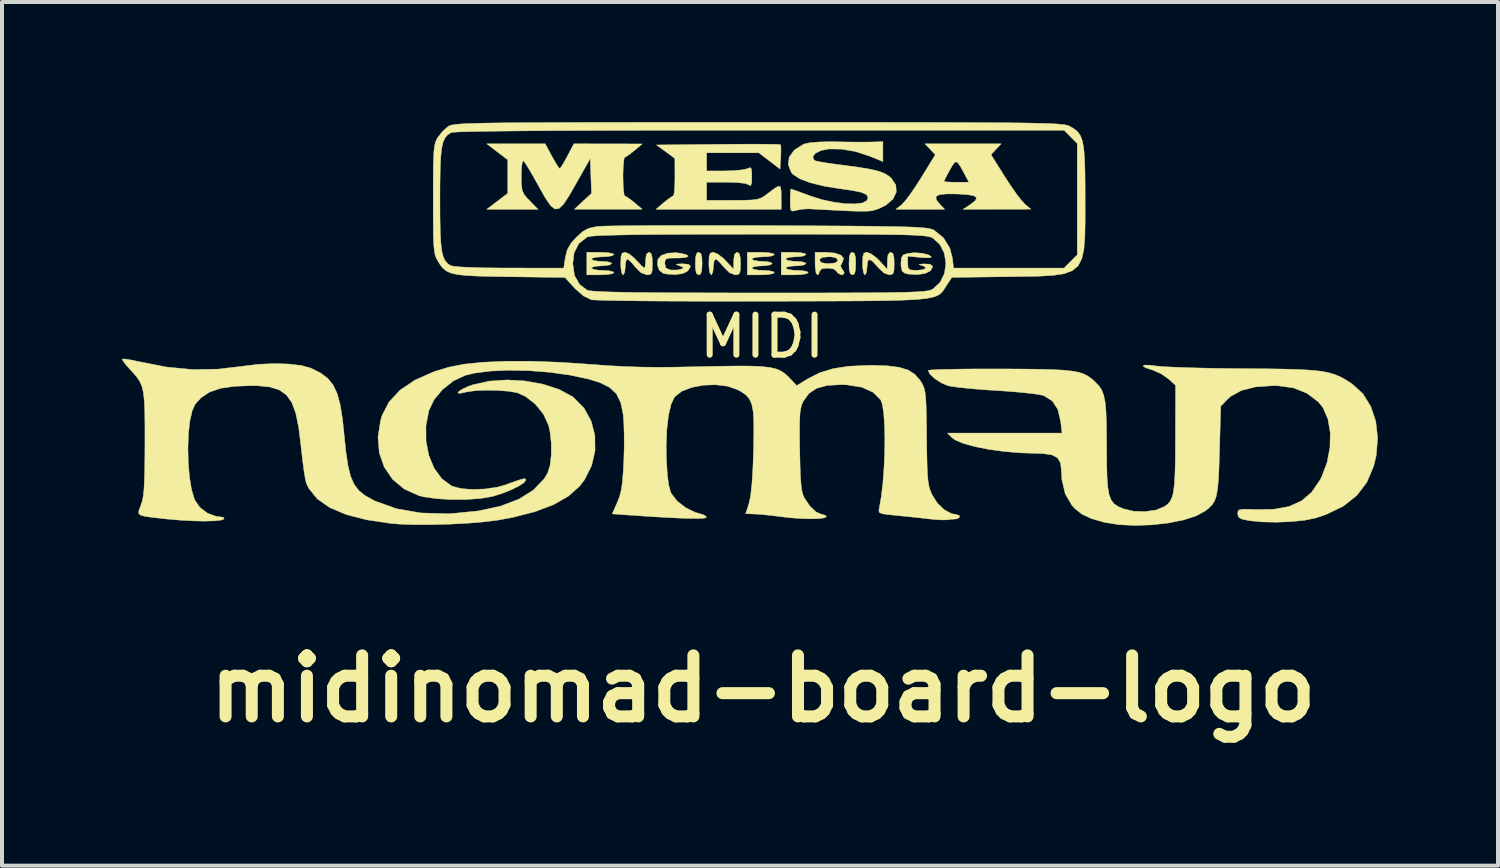
<source format=kicad_pcb>
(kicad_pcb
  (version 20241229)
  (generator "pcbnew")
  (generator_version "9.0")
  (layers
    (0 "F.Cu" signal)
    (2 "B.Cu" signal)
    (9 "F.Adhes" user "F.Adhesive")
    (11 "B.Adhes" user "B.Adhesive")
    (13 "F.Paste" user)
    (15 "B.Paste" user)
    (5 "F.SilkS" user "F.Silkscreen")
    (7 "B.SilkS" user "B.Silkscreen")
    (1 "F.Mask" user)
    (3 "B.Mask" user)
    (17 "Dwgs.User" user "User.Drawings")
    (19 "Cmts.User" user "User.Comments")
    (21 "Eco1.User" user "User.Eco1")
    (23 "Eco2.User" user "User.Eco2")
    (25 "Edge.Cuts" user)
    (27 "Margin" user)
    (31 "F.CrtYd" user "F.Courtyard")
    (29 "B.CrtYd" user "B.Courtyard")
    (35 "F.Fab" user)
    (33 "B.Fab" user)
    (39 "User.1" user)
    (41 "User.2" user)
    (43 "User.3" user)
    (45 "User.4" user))
  (footprint "midinomad-board-logo"
    (layer "F.Cu")
    (at 16.01 4.154)
    (property "Reference" "midinomad-board-logo" (at 0 10 0) (layer "F.SilkS") (effects (font (size 1.524 1.524) (thickness 0.3))))
    (attr through_hole)
    (fp_poly (pts (xy -1.555 -0.873) (xy -1.529 -0.768) (xy -1.524 -0.621) (xy -1.533 -0.443) (xy -1.564 -0.357) (xy -1.609 -0.339) (xy -1.662 -0.369) (xy -1.688 -0.473) (xy -1.693 -0.621) (xy -1.684 -0.798) (xy -1.653 -0.885) (xy -1.609 -0.903) (xy -1.555 -0.873)) (stroke (width 0.01) (type solid)) (fill yes) (layer "F.SilkS"))
    (fp_poly (pts (xy 2.283 -0.873) (xy 2.309 -0.768) (xy 2.314 -0.621) (xy 2.305 -0.443) (xy 2.274 -0.357) (xy 2.23 -0.339) (xy 2.176 -0.369) (xy 2.15 -0.473) (xy 2.145 -0.621) (xy 2.154 -0.798) (xy 2.185 -0.885) (xy 2.23 -0.903) (xy 2.283 -0.873)) (stroke (width 0.01) (type solid)) (fill yes) (layer "F.SilkS"))
    (fp_poly (pts (xy 3.242 -0.873) (xy 3.268 -0.768) (xy 3.274 -0.621) (xy 3.269 -0.453) (xy 3.245 -0.369) (xy 3.189 -0.341) (xy 3.147 -0.339) (xy 3.019 -0.387) (xy 2.878 -0.517) (xy 2.862 -0.536) (xy 2.733 -0.68) (xy 2.651 -0.723) (xy 2.607 -0.667) (xy 2.596 -0.536) (xy 2.582 -0.406) (xy 2.547 -0.34) (xy 2.54 -0.339) (xy 2.508 -0.389) (xy 2.487 -0.519) (xy 2.484 -0.621) (xy 2.49 -0.79) (xy 2.515 -0.875) (xy 2.57 -0.902) (xy 2.596 -0.903) (xy 2.697 -0.864) (xy 2.831 -0.763) (xy 2.905 -0.691) (xy 3.101 -0.48) (xy 3.103 -0.691) (xy 3.12 -0.844) (xy 3.173 -0.902) (xy 3.189 -0.903) (xy 3.242 -0.873)) (stroke (width 0.01) (type solid)) (fill yes) (layer "F.SilkS"))
    (fp_poly (pts (xy -3.884 -0.895) (xy -3.761 -0.872) (xy -3.725 -0.847) (xy -3.776 -0.814) (xy -3.906 -0.794) (xy -4.008 -0.79) (xy -4.169 -0.78) (xy -4.271 -0.754) (xy -4.29 -0.734) (xy -4.239 -0.7) (xy -4.112 -0.68) (xy -4.036 -0.677) (xy -3.884 -0.666) (xy -3.793 -0.638) (xy -3.782 -0.621) (xy -3.832 -0.587) (xy -3.96 -0.567) (xy -4.036 -0.564) (xy -4.187 -0.553) (xy -4.278 -0.525) (xy -4.29 -0.508) (xy -4.239 -0.476) (xy -4.109 -0.455) (xy -4.008 -0.452) (xy -3.847 -0.441) (xy -3.744 -0.415) (xy -3.725 -0.395) (xy -3.777 -0.365) (xy -3.911 -0.345) (xy -4.064 -0.339) (xy -4.403 -0.339) (xy -4.403 -0.903) (xy -4.064 -0.903) (xy -3.884 -0.895)) (stroke (width 0.01) (type solid)) (fill yes) (layer "F.SilkS"))
    (fp_poly (pts (xy -0.596 -0.873) (xy -0.57 -0.768) (xy -0.564 -0.621) (xy -0.569 -0.453) (xy -0.593 -0.369) (xy -0.649 -0.341) (xy -0.699 -0.339) (xy -0.842 -0.393) (xy -0.984 -0.536) (xy -1.087 -0.657) (xy -1.168 -0.727) (xy -1.188 -0.734) (xy -1.224 -0.684) (xy -1.241 -0.562) (xy -1.242 -0.536) (xy -1.256 -0.406) (xy -1.291 -0.34) (xy -1.298 -0.339) (xy -1.33 -0.389) (xy -1.351 -0.519) (xy -1.355 -0.621) (xy -1.349 -0.79) (xy -1.323 -0.875) (xy -1.268 -0.902) (xy -1.243 -0.903) (xy -1.141 -0.864) (xy -1.007 -0.763) (xy -0.934 -0.691) (xy -0.737 -0.48) (xy -0.735 -0.691) (xy -0.718 -0.844) (xy -0.665 -0.902) (xy -0.649 -0.903) (xy -0.596 -0.873)) (stroke (width 0.01) (type solid)) (fill yes) (layer "F.SilkS"))
    (fp_poly (pts (xy 0.124 -0.895) (xy 0.246 -0.872) (xy 0.282 -0.847) (xy 0.231 -0.814) (xy 0.102 -0.794) (xy 0 -0.79) (xy -0.161 -0.78) (xy -0.263 -0.754) (xy -0.282 -0.734) (xy -0.232 -0.7) (xy -0.104 -0.68) (xy -0.028 -0.677) (xy 0.123 -0.666) (xy 0.214 -0.638) (xy 0.226 -0.621) (xy 0.175 -0.587) (xy 0.048 -0.567) (xy -0.028 -0.564) (xy -0.18 -0.553) (xy -0.271 -0.525) (xy -0.282 -0.508) (xy -0.231 -0.476) (xy -0.102 -0.455) (xy 0 -0.452) (xy 0.161 -0.441) (xy 0.263 -0.415) (xy 0.282 -0.395) (xy 0.231 -0.365) (xy 0.097 -0.345) (xy -0.056 -0.339) (xy -0.395 -0.339) (xy -0.395 -0.903) (xy -0.056 -0.903) (xy 0.124 -0.895)) (stroke (width 0.01) (type solid)) (fill yes) (layer "F.SilkS"))
    (fp_poly (pts (xy 0.932 -0.894) (xy 1.045 -0.87) (xy 1.072 -0.847) (xy 1.022 -0.813) (xy 0.894 -0.793) (xy 0.818 -0.79) (xy 0.667 -0.779) (xy 0.576 -0.751) (xy 0.564 -0.734) (xy 0.615 -0.7) (xy 0.743 -0.68) (xy 0.818 -0.677) (xy 0.97 -0.666) (xy 1.061 -0.638) (xy 1.072 -0.621) (xy 1.022 -0.587) (xy 0.894 -0.567) (xy 0.818 -0.564) (xy 0.667 -0.553) (xy 0.576 -0.525) (xy 0.564 -0.508) (xy 0.615 -0.476) (xy 0.745 -0.455) (xy 0.847 -0.452) (xy 1.008 -0.441) (xy 1.11 -0.415) (xy 1.129 -0.395) (xy 1.077 -0.365) (xy 0.943 -0.345) (xy 0.79 -0.339) (xy 0.452 -0.339) (xy 0.452 -0.903) (xy 0.762 -0.903) (xy 0.932 -0.894)) (stroke (width 0.01) (type solid)) (fill yes) (layer "F.SilkS"))
    (fp_poly (pts (xy 3.967 -0.879) (xy 4.121 -0.843) (xy 4.204 -0.792) (xy 4.172 -0.769) (xy 4.052 -0.765) (xy 3.924 -0.774) (xy 3.612 -0.806) (xy 3.612 -0.629) (xy 3.621 -0.515) (xy 3.667 -0.465) (xy 3.784 -0.452) (xy 3.838 -0.452) (xy 3.989 -0.467) (xy 4.059 -0.504) (xy 4.038 -0.548) (xy 3.937 -0.581) (xy 3.895 -0.598) (xy 3.962 -0.61) (xy 4.022 -0.613) (xy 4.172 -0.604) (xy 4.231 -0.557) (xy 4.233 -0.538) (xy 4.183 -0.442) (xy 4.049 -0.375) (xy 3.859 -0.345) (xy 3.64 -0.357) (xy 3.542 -0.378) (xy 3.472 -0.433) (xy 3.444 -0.565) (xy 3.443 -0.621) (xy 3.453 -0.765) (xy 3.5 -0.837) (xy 3.612 -0.875) (xy 3.617 -0.876) (xy 3.784 -0.892) (xy 3.967 -0.879)) (stroke (width 0.01) (type solid)) (fill yes) (layer "F.SilkS"))
    (fp_poly (pts (xy -2.056 -0.878) (xy -1.909 -0.839) (xy -1.87 -0.802) (xy -1.932 -0.774) (xy -2.092 -0.76) (xy -2.159 -0.76) (xy -2.332 -0.757) (xy -2.42 -0.737) (xy -2.451 -0.686) (xy -2.455 -0.621) (xy -2.432 -0.514) (xy -2.338 -0.468) (xy -2.295 -0.461) (xy -2.143 -0.461) (xy -2.041 -0.483) (xy -1.99 -0.518) (xy -2.037 -0.549) (xy -2.088 -0.567) (xy -2.166 -0.594) (xy -2.15 -0.608) (xy -2.031 -0.615) (xy -2.018 -0.615) (xy -1.862 -0.603) (xy -1.812 -0.553) (xy -1.863 -0.461) (xy -1.895 -0.427) (xy -2.016 -0.369) (xy -2.203 -0.346) (xy -2.413 -0.36) (xy -2.495 -0.377) (xy -2.595 -0.455) (xy -2.641 -0.596) (xy -2.626 -0.73) (xy -2.541 -0.826) (xy -2.377 -0.882) (xy -2.165 -0.892) (xy -2.056 -0.878)) (stroke (width 0.01) (type solid)) (fill yes) (layer "F.SilkS"))
    (fp_poly (pts (xy -2.797 -0.873) (xy -2.771 -0.768) (xy -2.766 -0.621) (xy -2.77 -0.453) (xy -2.794 -0.37) (xy -2.85 -0.341) (xy -2.904 -0.339) (xy -3.054 -0.395) (xy -3.193 -0.536) (xy -3.295 -0.657) (xy -3.375 -0.727) (xy -3.393 -0.734) (xy -3.426 -0.684) (xy -3.443 -0.562) (xy -3.443 -0.536) (xy -3.457 -0.406) (xy -3.492 -0.34) (xy -3.5 -0.339) (xy -3.532 -0.389) (xy -3.552 -0.519) (xy -3.556 -0.621) (xy -3.55 -0.791) (xy -3.524 -0.876) (xy -3.468 -0.902) (xy -3.449 -0.903) (xy -3.349 -0.863) (xy -3.222 -0.761) (xy -3.168 -0.706) (xy -3.06 -0.589) (xy -2.983 -0.518) (xy -2.965 -0.508) (xy -2.945 -0.558) (xy -2.935 -0.68) (xy -2.935 -0.706) (xy -2.917 -0.852) (xy -2.858 -0.903) (xy -2.85 -0.903) (xy -2.797 -0.873)) (stroke (width 0.01) (type solid)) (fill yes) (layer "F.SilkS"))
    (fp_poly (pts (xy 1.793 -0.883) (xy 1.945 -0.829) (xy 2.011 -0.749) (xy 1.979 -0.653) (xy 1.932 -0.56) (xy 1.967 -0.494) (xy 2.028 -0.4) (xy 1.997 -0.345) (xy 1.953 -0.339) (xy 1.866 -0.384) (xy 1.842 -0.423) (xy 1.761 -0.487) (xy 1.61 -0.508) (xy 1.464 -0.49) (xy 1.412 -0.432) (xy 1.411 -0.423) (xy 1.381 -0.348) (xy 1.355 -0.339) (xy 1.322 -0.389) (xy 1.302 -0.519) (xy 1.298 -0.621) (xy 1.298 -0.706) (xy 1.411 -0.706) (xy 1.448 -0.647) (xy 1.572 -0.622) (xy 1.637 -0.621) (xy 1.794 -0.635) (xy 1.859 -0.681) (xy 1.863 -0.706) (xy 1.825 -0.764) (xy 1.702 -0.789) (xy 1.637 -0.79) (xy 1.48 -0.776) (xy 1.415 -0.73) (xy 1.411 -0.706) (xy 1.298 -0.706) (xy 1.298 -0.903) (xy 1.57 -0.903) (xy 1.793 -0.883)) (stroke (width 0.01) (type solid)) (fill yes) (layer "F.SilkS"))
    (fp_poly (pts (xy 5.819 -3.477) (xy 5.692 -3.341) (xy 6.04 -2.786) (xy 6.194 -2.55) (xy 6.342 -2.34) (xy 6.467 -2.181) (xy 6.539 -2.105) (xy 6.689 -1.98) (xy 5.842 -1.978) (xy 4.995 -1.976) (xy 5.165 -2.088) (xy 5.296 -2.189) (xy 5.333 -2.262) (xy 5.272 -2.312) (xy 5.108 -2.343) (xy 4.859 -2.359) (xy 4.578 -2.361) (xy 4.4 -2.341) (xy 4.318 -2.296) (xy 4.324 -2.22) (xy 4.402 -2.117) (xy 4.535 -1.976) (xy 3.315 -1.976) (xy 3.458 -2.088) (xy 3.544 -2.18) (xy 3.67 -2.346) (xy 3.817 -2.56) (xy 3.89 -2.674) (xy 4.516 -2.674) (xy 4.567 -2.662) (xy 4.698 -2.655) (xy 4.827 -2.653) (xy 5.139 -2.653) (xy 5.027 -2.865) (xy 4.923 -3.055) (xy 4.853 -3.152) (xy 4.797 -3.159) (xy 4.734 -3.082) (xy 4.664 -2.961) (xy 4.582 -2.81) (xy 4.528 -2.704) (xy 4.516 -2.674) (xy 3.89 -2.674) (xy 3.951 -2.77) (xy 4.301 -3.339) (xy 4.173 -3.476) (xy 4.044 -3.612) (xy 5.946 -3.612) (xy 5.819 -3.477)) (stroke (width 0.01) (type solid)) (fill yes) (layer "F.SilkS"))
    (fp_poly (pts (xy -0.04 -3.603) (xy 0.206 -3.601) (xy 0.369 -3.597) (xy 0.434 -3.592) (xy 0.435 -3.591) (xy 0.445 -3.527) (xy 0.445 -3.386) (xy 0.441 -3.275) (xy 0.423 -2.982) (xy -0.106 -3.387) (xy -1.411 -3.387) (xy -1.411 -2.935) (xy -0.956 -2.935) (xy -0.727 -2.942) (xy -0.532 -2.961) (xy -0.406 -2.987) (xy -0.391 -2.994) (xy -0.326 -3.019) (xy -0.293 -2.988) (xy -0.283 -2.877) (xy -0.282 -2.785) (xy -0.288 -2.627) (xy -0.31 -2.567) (xy -0.35 -2.585) (xy -0.446 -2.622) (xy -0.639 -2.645) (xy -0.914 -2.653) (xy -1.411 -2.653) (xy -1.411 -2.201) (xy -0.756 -2.201) (xy -0.473 -2.203) (xy -0.277 -2.21) (xy -0.144 -2.227) (xy -0.046 -2.26) (xy 0.04 -2.313) (xy 0.105 -2.361) (xy 0.279 -2.494) (xy 0.382 -2.554) (xy 0.433 -2.538) (xy 0.45 -2.442) (xy 0.452 -2.289) (xy 0.452 -1.976) (xy -2.677 -1.976) (xy -2.481 -2.143) (xy -2.355 -2.243) (xy -2.264 -2.304) (xy -2.244 -2.312) (xy -2.224 -2.365) (xy -2.21 -2.505) (xy -2.203 -2.704) (xy -2.203 -2.78) (xy -2.204 -3.246) (xy -2.433 -3.415) (xy -2.662 -3.584) (xy -1.125 -3.599) (xy -0.72 -3.602) (xy -0.354 -3.604) (xy -0.04 -3.603)) (stroke (width 0.01) (type solid)) (fill yes) (layer "F.SilkS"))
    (fp_poly (pts (xy -5.276 -3.302) (xy -5.184 -3.141) (xy -5.113 -3.029) (xy -5.08 -2.992) (xy -5.041 -3.038) (xy -4.969 -3.157) (xy -4.89 -3.302) (xy -4.727 -3.612) (xy -3.874 -3.611) (xy -3.02 -3.609) (xy -3.217 -3.443) (xy -3.344 -3.343) (xy -3.436 -3.283) (xy -3.457 -3.275) (xy -3.476 -3.222) (xy -3.491 -3.083) (xy -3.499 -2.882) (xy -3.5 -2.794) (xy -3.495 -2.577) (xy -3.483 -2.411) (xy -3.465 -2.321) (xy -3.457 -2.313) (xy -3.392 -2.278) (xy -3.277 -2.193) (xy -3.217 -2.145) (xy -3.02 -1.979) (xy -3.866 -1.979) (xy -4.713 -1.979) (xy -4.499 -2.178) (xy -4.285 -2.376) (xy -4.302 -2.811) (xy -4.318 -3.246) (xy -4.676 -2.611) (xy -4.851 -2.306) (xy -4.988 -2.1) (xy -5.101 -1.993) (xy -5.203 -1.984) (xy -5.31 -2.072) (xy -5.436 -2.256) (xy -5.595 -2.536) (xy -5.612 -2.568) (xy -5.743 -2.801) (xy -5.857 -2.997) (xy -5.943 -3.134) (xy -5.988 -3.192) (xy -6.014 -3.157) (xy -6.032 -3.031) (xy -6.039 -2.837) (xy -6.04 -2.814) (xy -6.036 -2.598) (xy -6.019 -2.457) (xy -5.974 -2.354) (xy -5.889 -2.25) (xy -5.831 -2.19) (xy -5.622 -1.976) (xy -6.902 -1.976) (xy -6.64 -2.176) (xy -6.378 -2.376) (xy -6.378 -3.212) (xy -6.64 -3.412) (xy -6.902 -3.612) (xy -5.443 -3.612) (xy -5.276 -3.302)) (stroke (width 0.01) (type solid)) (fill yes) (layer "F.SilkS"))
    (fp_poly (pts (xy 2.992 -3.169) (xy 2.652 -3.307) (xy 2.306 -3.419) (xy 1.961 -3.479) (xy 1.649 -3.484) (xy 1.448 -3.446) (xy 1.302 -3.372) (xy 1.241 -3.286) (xy 1.276 -3.205) (xy 1.295 -3.191) (xy 1.369 -3.172) (xy 1.531 -3.143) (xy 1.756 -3.11) (xy 2.014 -3.076) (xy 2.389 -3.026) (xy 2.669 -2.979) (xy 2.875 -2.931) (xy 3.025 -2.876) (xy 3.137 -2.808) (xy 3.198 -2.757) (xy 3.314 -2.587) (xy 3.327 -2.406) (xy 3.243 -2.232) (xy 3.07 -2.081) (xy 2.909 -2.001) (xy 2.832 -1.973) (xy 2.76 -1.951) (xy 2.679 -1.936) (xy 2.573 -1.928) (xy 2.429 -1.927) (xy 2.232 -1.932) (xy 1.966 -1.944) (xy 1.619 -1.962) (xy 1.175 -1.986) (xy 1.129 -1.988) (xy 0.964 -1.978) (xy 0.833 -1.952) (xy 0.741 -1.93) (xy 0.696 -1.951) (xy 0.679 -2.038) (xy 0.677 -2.195) (xy 0.68 -2.358) (xy 0.688 -2.463) (xy 0.695 -2.484) (xy 0.752 -2.465) (xy 0.89 -2.416) (xy 1.084 -2.345) (xy 1.189 -2.306) (xy 1.473 -2.217) (xy 1.768 -2.154) (xy 2.051 -2.118) (xy 2.298 -2.111) (xy 2.485 -2.136) (xy 2.591 -2.193) (xy 2.595 -2.199) (xy 2.621 -2.282) (xy 2.576 -2.348) (xy 2.45 -2.401) (xy 2.231 -2.447) (xy 1.96 -2.485) (xy 1.532 -2.552) (xy 1.178 -2.639) (xy 0.909 -2.742) (xy 0.737 -2.858) (xy 0.706 -2.895) (xy 0.627 -3.09) (xy 0.652 -3.281) (xy 0.776 -3.453) (xy 0.989 -3.59) (xy 1.044 -3.613) (xy 1.181 -3.641) (xy 1.4 -3.658) (xy 1.673 -3.665) (xy 1.806 -3.663) (xy 2.092 -3.658) (xy 2.372 -3.655) (xy 2.603 -3.656) (xy 2.695 -3.657) (xy 2.992 -3.666) (xy 2.992 -3.169)) (stroke (width 0.01) (type solid)) (fill yes) (layer "F.SilkS"))
    (fp_poly (pts (xy -15.799 1.784) (xy -15.607 1.825) (xy -15.595 1.827) (xy -14.896 1.964) (xy -14.245 2.026) (xy -13.606 2.015) (xy -12.996 1.942) (xy -12.609 1.895) (xy -12.217 1.877) (xy -11.849 1.888) (xy -11.533 1.925) (xy -11.297 1.99) (xy -11.289 1.993) (xy -11.058 2.109) (xy -10.877 2.242) (xy -10.74 2.411) (xy -10.637 2.63) (xy -10.561 2.916) (xy -10.503 3.286) (xy -10.466 3.643) (xy -10.42 4.083) (xy -10.369 4.426) (xy -10.304 4.69) (xy -10.217 4.89) (xy -10.101 5.045) (xy -9.947 5.17) (xy -9.747 5.282) (xy -9.674 5.317) (xy -9.149 5.504) (xy -8.551 5.607) (xy -7.883 5.627) (xy -7.761 5.621) (xy -7.117 5.558) (xy -6.564 5.439) (xy -6.104 5.265) (xy -5.739 5.038) (xy -5.472 4.759) (xy -5.38 4.608) (xy -5.321 4.418) (xy -5.291 4.158) (xy -5.291 3.865) (xy -5.322 3.581) (xy -5.359 3.417) (xy -5.487 3.14) (xy -5.689 2.89) (xy -5.936 2.697) (xy -6.131 2.609) (xy -6.336 2.57) (xy -6.609 2.548) (xy -6.906 2.542) (xy -7.185 2.554) (xy -7.404 2.584) (xy -7.441 2.594) (xy -7.577 2.622) (xy -7.624 2.61) (xy -7.594 2.568) (xy -7.499 2.508) (xy -7.349 2.441) (xy -7.249 2.406) (xy -6.842 2.315) (xy -6.395 2.285) (xy -5.936 2.312) (xy -5.493 2.393) (xy -5.095 2.523) (xy -4.769 2.699) (xy -4.734 2.724) (xy -4.472 2.991) (xy -4.294 3.314) (xy -4.202 3.674) (xy -4.198 4.05) (xy -4.282 4.423) (xy -4.456 4.772) (xy -4.587 4.943) (xy -4.866 5.19) (xy -5.235 5.401) (xy -5.699 5.577) (xy -6.265 5.721) (xy -6.629 5.788) (xy -6.964 5.83) (xy -7.375 5.864) (xy -7.827 5.888) (xy -8.287 5.9) (xy -8.722 5.9) (xy -9.098 5.886) (xy -9.285 5.871) (xy -9.903 5.779) (xy -10.418 5.646) (xy -10.829 5.471) (xy -11.139 5.253) (xy -11.348 4.993) (xy -11.41 4.86) (xy -11.435 4.753) (xy -11.467 4.559) (xy -11.501 4.304) (xy -11.535 4.011) (xy -11.542 3.936) (xy -11.599 3.477) (xy -11.672 3.119) (xy -11.772 2.85) (xy -11.907 2.659) (xy -12.087 2.533) (xy -12.321 2.461) (xy -12.62 2.431) (xy -12.763 2.428) (xy -13.204 2.444) (xy -13.553 2.495) (xy -13.826 2.589) (xy -14.039 2.731) (xy -14.184 2.889) (xy -14.261 3.058) (xy -14.318 3.313) (xy -14.353 3.63) (xy -14.366 3.983) (xy -14.358 4.348) (xy -14.329 4.7) (xy -14.278 5.014) (xy -14.204 5.265) (xy -14.198 5.281) (xy -14.068 5.47) (xy -13.872 5.618) (xy -13.653 5.695) (xy -13.586 5.701) (xy -13.481 5.717) (xy -13.462 5.757) (xy -13.537 5.787) (xy -13.704 5.805) (xy -13.944 5.812) (xy -14.236 5.806) (xy -14.56 5.788) (xy -14.897 5.759) (xy -14.948 5.753) (xy -15.238 5.721) (xy -15.432 5.695) (xy -15.545 5.665) (xy -15.594 5.622) (xy -15.593 5.557) (xy -15.559 5.461) (xy -15.538 5.407) (xy -15.506 5.308) (xy -15.482 5.184) (xy -15.464 5.019) (xy -15.453 4.797) (xy -15.445 4.502) (xy -15.441 4.12) (xy -15.44 3.866) (xy -15.44 3.425) (xy -15.444 3.079) (xy -15.455 2.813) (xy -15.477 2.611) (xy -15.513 2.454) (xy -15.567 2.327) (xy -15.642 2.214) (xy -15.743 2.096) (xy -15.832 2.001) (xy -15.94 1.877) (xy -16.001 1.788) (xy -16.005 1.763) (xy -15.942 1.762) (xy -15.799 1.784)) (stroke (width 0.01) (type solid)) (fill yes) (layer "F.SilkS"))
    (fp_poly (pts (xy 9.668 1.917) (xy 9.807 1.936) (xy 9.943 1.95) (xy 10.175 1.963) (xy 10.487 1.975) (xy 10.863 1.986) (xy 11.286 1.995) (xy 11.74 2.001) (xy 11.994 2.003) (xy 12.551 2.007) (xy 13.008 2.014) (xy 13.379 2.025) (xy 13.678 2.042) (xy 13.917 2.066) (xy 14.111 2.101) (xy 14.272 2.147) (xy 14.414 2.206) (xy 14.55 2.281) (xy 14.694 2.373) (xy 14.712 2.385) (xy 14.98 2.629) (xy 15.178 2.949) (xy 15.303 3.325) (xy 15.349 3.74) (xy 15.313 4.176) (xy 15.248 4.445) (xy 15.079 4.842) (xy 14.829 5.171) (xy 14.493 5.437) (xy 14.065 5.645) (xy 13.801 5.734) (xy 13.536 5.788) (xy 13.199 5.824) (xy 12.83 5.839) (xy 12.469 5.832) (xy 12.156 5.802) (xy 12.121 5.796) (xy 11.956 5.76) (xy 11.876 5.712) (xy 11.853 5.636) (xy 11.853 5.627) (xy 11.86 5.565) (xy 11.895 5.53) (xy 11.982 5.516) (xy 12.144 5.517) (xy 12.291 5.523) (xy 12.757 5.516) (xy 13.139 5.446) (xy 13.45 5.305) (xy 13.701 5.089) (xy 13.906 4.79) (xy 13.949 4.708) (xy 14.087 4.345) (xy 14.158 3.967) (xy 14.165 3.598) (xy 14.107 3.261) (xy 13.985 2.98) (xy 13.869 2.835) (xy 13.581 2.617) (xy 13.249 2.484) (xy 12.852 2.43) (xy 12.753 2.428) (xy 12.307 2.458) (xy 11.945 2.549) (xy 11.672 2.7) (xy 11.597 2.768) (xy 11.43 2.943) (xy 11.399 4.054) (xy 11.387 4.464) (xy 11.372 4.779) (xy 11.35 5.014) (xy 11.319 5.187) (xy 11.274 5.312) (xy 11.21 5.409) (xy 11.125 5.492) (xy 11.045 5.556) (xy 10.816 5.681) (xy 10.501 5.783) (xy 10.126 5.858) (xy 9.716 5.905) (xy 9.297 5.92) (xy 8.894 5.901) (xy 8.532 5.844) (xy 8.509 5.838) (xy 8.195 5.747) (xy 7.963 5.638) (xy 7.783 5.495) (xy 7.714 5.419) (xy 7.547 5.134) (xy 7.462 4.774) (xy 7.451 4.561) (xy 7.43 4.364) (xy 7.356 4.233) (xy 7.214 4.157) (xy 6.986 4.124) (xy 6.831 4.12) (xy 6.424 4.107) (xy 6.017 4.072) (xy 5.631 4.019) (xy 5.285 3.95) (xy 5.001 3.871) (xy 4.796 3.784) (xy 4.719 3.728) (xy 4.603 3.612) (xy 7.466 3.612) (xy 7.431 3.317) (xy 7.36 3.019) (xy 7.223 2.81) (xy 7.015 2.68) (xy 6.993 2.672) (xy 6.874 2.647) (xy 6.665 2.62) (xy 6.39 2.592) (xy 6.071 2.566) (xy 5.814 2.549) (xy 5.474 2.527) (xy 5.158 2.5) (xy 4.89 2.472) (xy 4.693 2.445) (xy 4.607 2.427) (xy 4.445 2.356) (xy 4.288 2.253) (xy 4.169 2.143) (xy 4.121 2.05) (xy 4.12 2.049) (xy 4.175 2.038) (xy 4.328 2.028) (xy 4.568 2.021) (xy 4.881 2.015) (xy 5.252 2.011) (xy 5.67 2.01) (xy 5.913 2.01) (xy 6.449 2.013) (xy 6.886 2.018) (xy 7.235 2.027) (xy 7.51 2.042) (xy 7.723 2.065) (xy 7.888 2.096) (xy 8.016 2.139) (xy 8.121 2.195) (xy 8.215 2.265) (xy 8.29 2.331) (xy 8.383 2.427) (xy 8.455 2.533) (xy 8.506 2.664) (xy 8.542 2.837) (xy 8.564 3.068) (xy 8.575 3.374) (xy 8.579 3.77) (xy 8.58 3.923) (xy 8.582 4.363) (xy 8.59 4.705) (xy 8.609 4.963) (xy 8.642 5.151) (xy 8.693 5.285) (xy 8.766 5.379) (xy 8.864 5.446) (xy 8.992 5.502) (xy 8.998 5.504) (xy 9.255 5.565) (xy 9.541 5.574) (xy 9.813 5.535) (xy 10.024 5.449) (xy 10.026 5.448) (xy 10.107 5.386) (xy 10.17 5.312) (xy 10.217 5.211) (xy 10.251 5.069) (xy 10.274 4.872) (xy 10.288 4.606) (xy 10.296 4.257) (xy 10.298 3.812) (xy 10.299 3.735) (xy 10.301 2.418) (xy 10.12 2.256) (xy 9.943 2.133) (xy 9.742 2.042) (xy 9.711 2.033) (xy 9.546 1.978) (xy 9.488 1.936) (xy 9.531 1.914) (xy 9.668 1.917)) (stroke (width 0.01) (type solid)) (fill yes) (layer "F.SilkS"))
    (fp_poly (pts (xy -5.787 1.818) (xy -5.083 1.844) (xy -4.371 1.891) (xy -3.916 1.925) (xy -3.502 1.949) (xy -3.099 1.963) (xy -2.678 1.969) (xy -2.208 1.966) (xy -1.66 1.955) (xy -1.565 1.953) (xy -1.044 1.942) (xy -0.623 1.937) (xy -0.288 1.939) (xy -0.027 1.952) (xy 0.175 1.975) (xy 0.329 2.012) (xy 0.449 2.063) (xy 0.548 2.13) (xy 0.639 2.215) (xy 0.658 2.235) (xy 0.839 2.427) (xy 1.111 2.26) (xy 1.411 2.107) (xy 1.748 2.003) (xy 2.144 1.943) (xy 2.623 1.921) (xy 2.707 1.92) (xy 3.099 1.932) (xy 3.398 1.97) (xy 3.623 2.039) (xy 3.792 2.147) (xy 3.923 2.299) (xy 3.947 2.335) (xy 3.989 2.41) (xy 4.021 2.49) (xy 4.044 2.591) (xy 4.06 2.73) (xy 4.071 2.926) (xy 4.078 3.194) (xy 4.083 3.551) (xy 4.084 3.711) (xy 4.089 4.111) (xy 4.096 4.416) (xy 4.106 4.644) (xy 4.121 4.813) (xy 4.143 4.941) (xy 4.174 5.045) (xy 4.215 5.144) (xy 4.217 5.149) (xy 4.351 5.361) (xy 4.526 5.529) (xy 4.713 5.628) (xy 4.812 5.644) (xy 4.896 5.671) (xy 4.911 5.701) (xy 4.864 5.749) (xy 4.812 5.758) (xy 4.67 5.769) (xy 4.6 5.779) (xy 4.484 5.783) (xy 4.302 5.773) (xy 4.149 5.757) (xy 3.921 5.731) (xy 3.638 5.701) (xy 3.36 5.673) (xy 3.339 5.671) (xy 3.111 5.648) (xy 2.973 5.627) (xy 2.906 5.598) (xy 2.89 5.552) (xy 2.902 5.48) (xy 2.952 5.198) (xy 2.991 4.862) (xy 3.019 4.494) (xy 3.036 4.115) (xy 3.04 3.745) (xy 3.032 3.406) (xy 3.012 3.117) (xy 2.979 2.901) (xy 2.937 2.784) (xy 2.745 2.593) (xy 2.463 2.467) (xy 2.092 2.408) (xy 1.95 2.403) (xy 1.6 2.423) (xy 1.337 2.494) (xy 1.143 2.624) (xy 1.001 2.821) (xy 1 2.824) (xy 0.963 2.908) (xy 0.937 3.008) (xy 0.92 3.142) (xy 0.912 3.329) (xy 0.91 3.588) (xy 0.913 3.936) (xy 0.915 4.036) (xy 0.923 4.416) (xy 0.933 4.702) (xy 0.949 4.91) (xy 0.97 5.058) (xy 0.999 5.165) (xy 1.031 5.234) (xy 1.169 5.437) (xy 1.321 5.581) (xy 1.461 5.644) (xy 1.478 5.644) (xy 1.564 5.67) (xy 1.58 5.701) (xy 1.528 5.731) (xy 1.387 5.749) (xy 1.181 5.755) (xy 0.933 5.747) (xy 0.666 5.727) (xy 0.44 5.7) (xy 0.198 5.67) (xy -0.04 5.646) (xy -0.187 5.636) (xy -0.435 5.627) (xy -0.352 5.367) (xy -0.311 5.176) (xy -0.279 4.877) (xy -0.254 4.467) (xy -0.24 4.06) (xy -0.232 3.639) (xy -0.233 3.314) (xy -0.249 3.07) (xy -0.284 2.891) (xy -0.342 2.761) (xy -0.426 2.663) (xy -0.542 2.582) (xy -0.636 2.53) (xy -0.888 2.442) (xy -1.183 2.406) (xy -1.492 2.417) (xy -1.785 2.473) (xy -2.033 2.569) (xy -2.204 2.703) (xy -2.215 2.716) (xy -2.299 2.894) (xy -2.363 3.167) (xy -2.404 3.516) (xy -2.421 3.926) (xy -2.414 4.29) (xy -2.392 4.648) (xy -2.359 4.908) (xy -2.311 5.083) (xy -2.293 5.123) (xy -2.147 5.311) (xy -1.931 5.479) (xy -1.689 5.596) (xy -1.594 5.622) (xy -1.469 5.662) (xy -1.412 5.711) (xy -1.411 5.716) (xy -1.467 5.737) (xy -1.633 5.747) (xy -1.907 5.744) (xy -2.288 5.728) (xy -2.774 5.7) (xy -3.282 5.666) (xy -3.769 5.631) (xy -3.641 5.341) (xy -3.584 5.195) (xy -3.543 5.034) (xy -3.514 4.833) (xy -3.493 4.566) (xy -3.479 4.29) (xy -3.47 3.965) (xy -3.471 3.641) (xy -3.479 3.354) (xy -3.496 3.142) (xy -3.497 3.138) (xy -3.557 2.849) (xy -3.663 2.633) (xy -3.834 2.472) (xy -4.085 2.348) (xy -4.367 2.262) (xy -4.827 2.164) (xy -5.328 2.095) (xy -5.843 2.054) (xy -6.346 2.044) (xy -6.811 2.064) (xy -7.213 2.116) (xy -7.443 2.172) (xy -7.735 2.31) (xy -8.004 2.522) (xy -8.218 2.778) (xy -8.348 3.048) (xy -8.421 3.43) (xy -8.419 3.812) (xy -8.349 4.173) (xy -8.216 4.492) (xy -8.027 4.751) (xy -7.789 4.928) (xy -7.749 4.946) (xy -7.531 5.001) (xy -7.245 5.021) (xy -6.932 5.008) (xy -6.63 4.962) (xy -6.435 4.906) (xy -6.2 4.821) (xy -6.051 4.771) (xy -5.969 4.752) (xy -5.934 4.759) (xy -5.927 4.788) (xy -5.927 4.79) (xy -5.976 4.855) (xy -6.109 4.94) (xy -6.298 5.032) (xy -6.518 5.12) (xy -6.744 5.191) (xy -6.773 5.198) (xy -7.062 5.247) (xy -7.415 5.272) (xy -7.792 5.273) (xy -8.155 5.251) (xy -8.467 5.207) (xy -8.598 5.175) (xy -8.963 5.01) (xy -9.253 4.769) (xy -9.463 4.463) (xy -9.587 4.106) (xy -9.619 3.711) (xy -9.553 3.291) (xy -9.515 3.168) (xy -9.343 2.834) (xy -9.067 2.539) (xy -8.691 2.287) (xy -8.219 2.079) (xy -7.854 1.967) (xy -7.473 1.892) (xy -6.994 1.843) (xy -6.428 1.818) (xy -5.787 1.818)) (stroke (width 0.01) (type solid)) (fill yes) (layer "F.SilkS"))
    (fp_poly (pts (xy 0.966 -4.149) (xy 1.941 -4.148) (xy 2.814 -4.148) (xy 3.591 -4.147) (xy 4.278 -4.146) (xy 4.881 -4.144) (xy 5.406 -4.142) (xy 5.858 -4.139) (xy 6.243 -4.136) (xy 6.566 -4.132) (xy 6.834 -4.126) (xy 7.052 -4.12) (xy 7.226 -4.114) (xy 7.362 -4.106) (xy 7.465 -4.096) (xy 7.541 -4.086) (xy 7.596 -4.074) (xy 7.635 -4.061) (xy 7.661 -4.049) (xy 7.773 -3.982) (xy 7.861 -3.908) (xy 7.927 -3.812) (xy 7.975 -3.682) (xy 8.008 -3.503) (xy 8.028 -3.261) (xy 8.039 -2.943) (xy 8.043 -2.534) (xy 8.043 -2.23) (xy 8.044 -1.719) (xy 8.037 -1.309) (xy 8.013 -0.987) (xy 7.96 -0.743) (xy 7.868 -0.566) (xy 7.724 -0.444) (xy 7.519 -0.367) (xy 7.24 -0.325) (xy 6.878 -0.305) (xy 6.42 -0.297) (xy 6.096 -0.293) (xy 4.713 -0.275) (xy 4.586 -0.083) (xy 4.54 -0.01) (xy 4.499 0.053) (xy 4.454 0.107) (xy 4.397 0.153) (xy 4.322 0.192) (xy 4.219 0.224) (xy 4.082 0.25) (xy 3.903 0.27) (xy 3.673 0.285) (xy 3.385 0.297) (xy 3.031 0.305) (xy 2.603 0.311) (xy 2.094 0.314) (xy 1.495 0.316) (xy 0.799 0.318) (xy 0 0.319) (xy -0.675 0.32) (xy -1.32 0.32) (xy -1.927 0.318) (xy -2.485 0.316) (xy -2.986 0.312) (xy -3.419 0.307) (xy -3.777 0.302) (xy -4.048 0.295) (xy -4.223 0.288) (xy -4.29 0.282) (xy -4.483 0.19) (xy -4.693 0.008) (xy -4.718 -0.019) (xy -4.949 -0.273) (xy -6.33 -0.292) (xy -6.792 -0.299) (xy -7.156 -0.309) (xy -7.436 -0.324) (xy -7.645 -0.348) (xy -7.799 -0.384) (xy -7.911 -0.435) (xy -7.996 -0.505) (xy -8.068 -0.596) (xy -8.13 -0.695) (xy -8.165 -0.759) (xy -8.192 -0.836) (xy -8.211 -0.938) (xy -8.225 -1.082) (xy -8.234 -1.283) (xy -8.238 -1.555) (xy -8.24 -1.915) (xy -8.24 -2.23) (xy -8.072 -2.23) (xy -8.07 -1.771) (xy -8.063 -1.412) (xy -8.049 -1.138) (xy -8.025 -0.935) (xy -7.989 -0.79) (xy -7.939 -0.688) (xy -7.873 -0.616) (xy -7.803 -0.569) (xy -7.715 -0.551) (xy -7.526 -0.535) (xy -7.246 -0.523) (xy -6.889 -0.514) (xy -6.466 -0.51) (xy -6.342 -0.51) (xy -4.98 -0.508) (xy -4.963 -0.621) (xy -4.754 -0.621) (xy -4.712 -0.324) (xy -4.583 -0.099) (xy -4.397 0.042) (xy -4.344 0.055) (xy -4.238 0.068) (xy -4.074 0.078) (xy -3.845 0.087) (xy -3.545 0.094) (xy -3.167 0.1) (xy -2.707 0.105) (xy -2.157 0.108) (xy -1.511 0.11) (xy -0.763 0.112) (xy -0.093 0.112) (xy 0.697 0.112) (xy 1.381 0.112) (xy 1.969 0.111) (xy 2.467 0.109) (xy 2.884 0.106) (xy 3.227 0.102) (xy 3.503 0.097) (xy 3.722 0.09) (xy 3.89 0.081) (xy 4.016 0.071) (xy 4.107 0.059) (xy 4.172 0.044) (xy 4.217 0.028) (xy 4.238 0.017) (xy 4.421 -0.151) (xy 4.53 -0.376) (xy 4.565 -0.628) (xy 4.526 -0.879) (xy 4.413 -1.101) (xy 4.238 -1.258) (xy 4.2 -1.277) (xy 4.148 -1.292) (xy 4.074 -1.306) (xy 3.969 -1.317) (xy 3.827 -1.327) (xy 3.639 -1.335) (xy 3.398 -1.341) (xy 3.095 -1.345) (xy 2.723 -1.349) (xy 2.274 -1.351) (xy 1.74 -1.353) (xy 1.113 -1.354) (xy 0.386 -1.354) (xy -0.093 -1.354) (xy -0.926 -1.353) (xy -1.652 -1.352) (xy -2.278 -1.349) (xy -2.809 -1.346) (xy -3.252 -1.341) (xy -3.613 -1.334) (xy -3.898 -1.327) (xy -4.113 -1.318) (xy -4.265 -1.307) (xy -4.359 -1.294) (xy -4.397 -1.283) (xy -4.603 -1.121) (xy -4.721 -0.887) (xy -4.754 -0.621) (xy -4.963 -0.621) (xy -4.94 -0.775) (xy -4.891 -0.969) (xy -4.794 -1.133) (xy -4.664 -1.277) (xy -4.505 -1.421) (xy -4.362 -1.5) (xy -4.182 -1.541) (xy -4.119 -1.55) (xy -4.012 -1.556) (xy -3.801 -1.561) (xy -3.498 -1.565) (xy -3.111 -1.569) (xy -2.652 -1.571) (xy -2.13 -1.573) (xy -1.554 -1.573) (xy -0.936 -1.573) (xy -0.286 -1.571) (xy 0.141 -1.569) (xy 0.909 -1.566) (xy 1.572 -1.562) (xy 2.139 -1.559) (xy 2.617 -1.554) (xy 3.014 -1.549) (xy 3.339 -1.544) (xy 3.6 -1.537) (xy 3.804 -1.528) (xy 3.96 -1.518) (xy 4.076 -1.507) (xy 4.16 -1.493) (xy 4.219 -1.477) (xy 4.263 -1.458) (xy 4.271 -1.454) (xy 4.504 -1.265) (xy 4.664 -1.006) (xy 4.728 -0.757) (xy 4.756 -0.508) (xy 7.516 -0.508) (xy 7.846 -0.838) (xy 7.846 -3.621) (xy 7.681 -3.786) (xy 7.516 -3.951) (xy -0.084 -3.951) (xy -1.337 -3.951) (xy -2.478 -3.949) (xy -3.506 -3.947) (xy -4.423 -3.944) (xy -5.229 -3.941) (xy -5.924 -3.936) (xy -6.509 -3.93) (xy -6.983 -3.924) (xy -7.349 -3.917) (xy -7.605 -3.909) (xy -7.753 -3.9) (xy -7.792 -3.893) (xy -7.877 -3.838) (xy -7.943 -3.765) (xy -7.992 -3.659) (xy -8.027 -3.508) (xy -8.05 -3.298) (xy -8.064 -3.015) (xy -8.07 -2.645) (xy -8.072 -2.23) (xy -8.24 -2.23) (xy -8.24 -2.66) (xy -8.237 -2.992) (xy -8.231 -3.242) (xy -8.222 -3.424) (xy -8.206 -3.555) (xy -8.185 -3.648) (xy -8.156 -3.719) (xy -8.13 -3.765) (xy -8.01 -3.919) (xy -7.871 -4.043) (xy -7.865 -4.047) (xy -7.839 -4.061) (xy -7.803 -4.074) (xy -7.753 -4.086) (xy -7.681 -4.096) (xy -7.582 -4.106) (xy -7.452 -4.114) (xy -7.283 -4.121) (xy -7.07 -4.127) (xy -6.808 -4.132) (xy -6.49 -4.136) (xy -6.112 -4.139) (xy -5.667 -4.142) (xy -5.149 -4.144) (xy -4.553 -4.146) (xy -3.874 -4.147) (xy -3.105 -4.148) (xy -2.24 -4.148) (xy -1.275 -4.149) (xy -0.203 -4.149) (xy -0.115 -4.149) (xy 0.966 -4.149)) (stroke (width 0.01) (type solid)) (fill yes) (layer "F.SilkS"))
    (fp_text user "MIDI" (at -0.025 1.2 0) (layer "F.SilkS") (effects (font (size 1 1) (thickness 0.15)))))
  (gr_rect
    (start -3 -3)
    (end 34.365 18.572)
    (stroke (width 0.1) (type default))
    (fill no)
    (layer "Edge.Cuts")))
</source>
